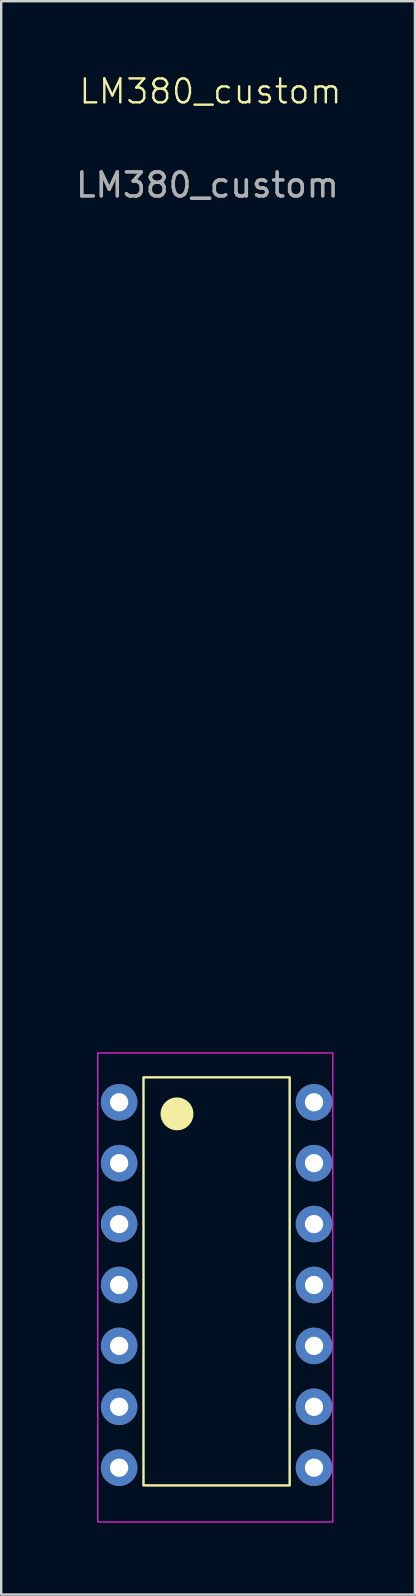
<source format=kicad_pcb>
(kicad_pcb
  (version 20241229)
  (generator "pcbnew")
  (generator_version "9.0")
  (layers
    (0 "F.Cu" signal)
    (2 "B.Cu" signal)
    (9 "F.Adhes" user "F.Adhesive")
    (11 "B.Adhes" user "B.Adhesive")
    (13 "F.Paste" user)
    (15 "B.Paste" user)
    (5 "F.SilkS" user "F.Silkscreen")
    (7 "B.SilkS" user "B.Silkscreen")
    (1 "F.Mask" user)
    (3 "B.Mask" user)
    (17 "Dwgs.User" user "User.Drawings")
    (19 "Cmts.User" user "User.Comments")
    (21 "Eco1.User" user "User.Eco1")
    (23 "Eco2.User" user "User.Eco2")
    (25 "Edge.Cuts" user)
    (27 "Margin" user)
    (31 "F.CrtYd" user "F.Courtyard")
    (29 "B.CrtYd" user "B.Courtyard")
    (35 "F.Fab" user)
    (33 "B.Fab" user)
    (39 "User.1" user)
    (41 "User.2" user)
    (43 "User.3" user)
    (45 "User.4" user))
  (footprint "LM380_custom"
    (layer "F.Cu")
    (at 5.855 50.156)
    (property "Reference" "LM380_custom" (at -0.127 -49.395 0) (unlocked yes) (layer "F.SilkS") (effects (font (size 1 1) (thickness 0.1))))
    (attr through_hole)
    (fp_rect (start -2.921 -8.279) (end 3.175 8.739) (stroke (width 0.1) (type solid)) (fill no) (layer "F.SilkS"))
    (fp_circle (center -1.524 -6.755) (end -0.889 -6.755) (stroke (width 0.1) (type solid)) (fill yes) (layer "F.SilkS"))
    (fp_rect (start -4.826 -9.295) (end 4.974 10.265) (stroke (width 0.05) (type default)) (fill no) (layer "F.CrtYd"))
    (fp_text user "${REFERENCE}" (at -0.254 -45.49 0) (unlocked yes) (layer "F.Fab") (effects (font (size 1 1) (thickness 0.15))))
    (pad "1" thru_hole circle (at -3.937 -7.239) (size 1.524 1.524) (drill 0.762) (layers "*.Cu" "*.Mask"))
    (pad "2" thru_hole circle (at -3.937 -4.699) (size 1.524 1.524) (drill 0.762) (layers "*.Cu" "*.Mask"))
    (pad "3" thru_hole circle (at -3.937 -2.159) (size 1.524 1.524) (drill 0.762) (layers "*.Cu" "*.Mask"))
    (pad "4" thru_hole circle (at -3.937 0.381) (size 1.524 1.524) (drill 0.762) (layers "*.Cu" "*.Mask"))
    (pad "5" thru_hole circle (at -3.937 2.921) (size 1.524 1.524) (drill 0.762) (layers "*.Cu" "*.Mask"))
    (pad "6" thru_hole circle (at -3.937 5.461) (size 1.524 1.524) (drill 0.762) (layers "*.Cu" "*.Mask"))
    (pad "7" thru_hole circle (at -3.937 8.001) (size 1.524 1.524) (drill 0.762) (layers "*.Cu" "*.Mask"))
    (pad "8" thru_hole circle (at 4.191 8.001) (size 1.524 1.524) (drill 0.762) (layers "*.Cu" "*.Mask"))
    (pad "9" thru_hole circle (at 4.191 5.461) (size 1.524 1.524) (drill 0.762) (layers "*.Cu" "*.Mask"))
    (pad "10" thru_hole circle (at 4.191 2.921) (size 1.524 1.524) (drill 0.762) (layers "*.Cu" "*.Mask"))
    (pad "11" thru_hole circle (at 4.191 0.381) (size 1.524 1.524) (drill 0.762) (layers "*.Cu" "*.Mask"))
    (pad "12" thru_hole circle (at 4.191 -2.159) (size 1.524 1.524) (drill 0.762) (layers "*.Cu" "*.Mask"))
    (pad "13" thru_hole circle (at 4.191 -4.699) (size 1.524 1.524) (drill 0.762) (layers "*.Cu" "*.Mask"))
    (pad "14" thru_hole circle (at 4.191 -7.239) (size 1.524 1.524) (drill 0.762) (layers "*.Cu" "*.Mask")))
  (gr_rect
    (start -3 -3)
    (end 14.254 63.446)
    (stroke (width 0.1) (type default))
    (fill no)
    (layer "Edge.Cuts")))
</source>
